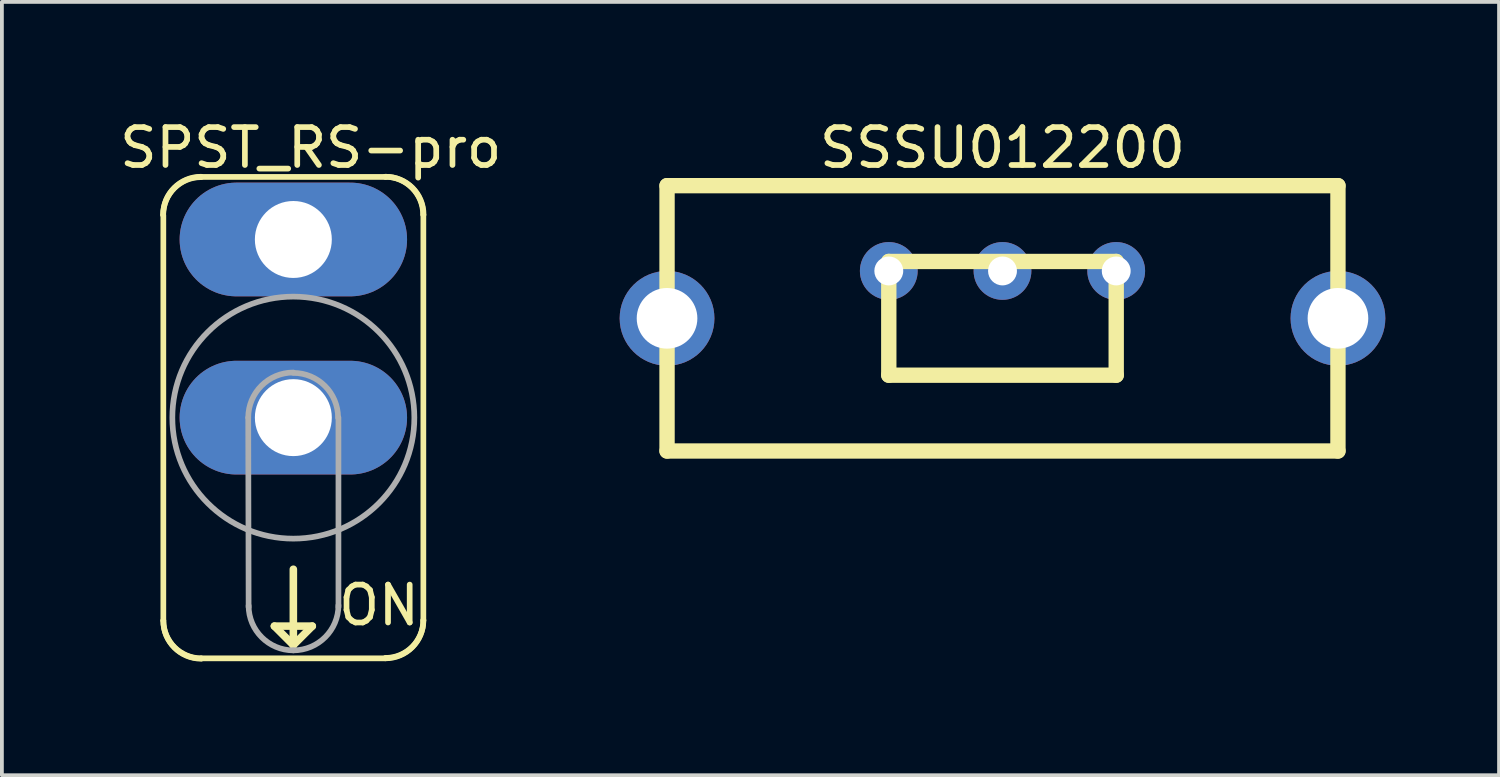
<source format=kicad_pcb>
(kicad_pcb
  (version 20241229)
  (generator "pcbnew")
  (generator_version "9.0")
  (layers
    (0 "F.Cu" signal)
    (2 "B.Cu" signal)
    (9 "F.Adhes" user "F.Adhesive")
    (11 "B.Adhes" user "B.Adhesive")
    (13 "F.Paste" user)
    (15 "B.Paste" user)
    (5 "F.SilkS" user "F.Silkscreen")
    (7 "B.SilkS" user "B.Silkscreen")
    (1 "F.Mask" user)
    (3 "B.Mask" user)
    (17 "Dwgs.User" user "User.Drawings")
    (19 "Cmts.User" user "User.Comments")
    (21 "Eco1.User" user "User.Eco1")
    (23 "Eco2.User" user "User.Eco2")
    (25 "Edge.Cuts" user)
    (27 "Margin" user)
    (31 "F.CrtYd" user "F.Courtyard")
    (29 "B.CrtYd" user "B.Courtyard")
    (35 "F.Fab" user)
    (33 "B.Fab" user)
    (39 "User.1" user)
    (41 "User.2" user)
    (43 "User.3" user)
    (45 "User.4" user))
  (footprint "SPST_RS-pro"
    (layer "F.Cu")
    (at 4.689 7.968)
    (property "Reference" "SPST_RS-pro" (at 0.46 -7.12 0) (layer "F.SilkS") (effects (font (size 1 1) (thickness 0.15))))
    (attr through_hole)
    (fp_line (start -3.43 5.35) (end -3.43 -5.34) (stroke (width 0.15) (type solid)) (layer "F.SilkS"))
    (fp_line (start -2.43 -6.35) (end 2.43 -6.35) (stroke (width 0.15) (type solid)) (layer "F.SilkS"))
    (fp_line (start -0.5 5.5) (end 0 6) (stroke (width 0.2) (type solid)) (layer "F.SilkS"))
    (fp_line (start 0 4) (end 0 6) (stroke (width 0.2) (type solid)) (layer "F.SilkS"))
    (fp_line (start 0 6) (end 0.5 5.5) (stroke (width 0.2) (type solid)) (layer "F.SilkS"))
    (fp_line (start 0.5 5.5) (end -0.5 5.5) (stroke (width 0.2) (type solid)) (layer "F.SilkS"))
    (fp_line (start 2.43 6.35) (end -2.43 6.35) (stroke (width 0.15) (type solid)) (layer "F.SilkS"))
    (fp_line (start 3.43 -5.35) (end 3.43 5.35) (stroke (width 0.15) (type solid)) (layer "F.SilkS"))
    (fp_arc (start -3.435 -5.355) (mid -3.142107 -6.062107) (end -2.435 -6.355) (stroke (width 0.15) (type solid)) (layer "F.SilkS"))
    (fp_arc (start -3.435 -5.345) (mid -3.142107 -6.052107) (end -2.435 -6.345) (stroke (width 0.15) (type solid)) (layer "F.SilkS"))
    (fp_arc (start -2.43 6.35) (mid -3.137107 6.057107) (end -3.43 5.35) (stroke (width 0.15) (type solid)) (layer "F.SilkS"))
    (fp_arc (start -2.43 6.36) (mid -3.137107 6.067107) (end -3.43 5.36) (stroke (width 0.15) (type solid)) (layer "F.SilkS"))
    (fp_arc (start 2.425 -6.355) (mid 3.132107 -6.062107) (end 3.425 -5.355) (stroke (width 0.15) (type solid)) (layer "F.SilkS"))
    (fp_arc (start 2.435 -6.355) (mid 3.142107 -6.062107) (end 3.435 -5.355) (stroke (width 0.15) (type solid)) (layer "F.SilkS"))
    (fp_arc (start 3.43 5.34) (mid 3.137107 6.047107) (end 2.43 6.34) (stroke (width 0.15) (type solid)) (layer "F.SilkS"))
    (fp_arc (start 3.43 5.35) (mid 3.137107 6.057107) (end 2.43 6.35) (stroke (width 0.15) (type solid)) (layer "F.SilkS"))
    (fp_line (start -1.19 0) (end -1.18 5) (stroke (width 0.15) (type solid)) (layer "F.Fab"))
    (fp_line (start 1.19 0) (end 1.19 5) (stroke (width 0.15) (type solid)) (layer "F.Fab"))
    (fp_arc (start -1.19 0) (mid -0.841457 -0.841457) (end 0 -1.19) (stroke (width 0.15) (type solid)) (layer "F.Fab"))
    (fp_arc (start 0 -1.18) (mid 0.834386 -0.834386) (end 1.18 0) (stroke (width 0.15) (type solid)) (layer "F.Fab"))
    (fp_arc (start 0 6.14) (mid -0.834386 5.794386) (end -1.18 4.96) (stroke (width 0.15) (type solid)) (layer "F.Fab"))
    (fp_arc (start 1.19 4.95) (mid 0.841457 5.791457) (end 0 6.14) (stroke (width 0.15) (type solid)) (layer "F.Fab"))
    (fp_circle (center 0 0) (end 0.12 3.19) (stroke (width 0.15) (type solid)) (fill no) (layer "F.Fab"))
    (fp_text user "ON" (at 2.26 4.95 0) (layer "F.SilkS") (effects (font (size 1 1) (thickness 0.15))))
    (pad "1" thru_hole oval (at 0 0) (size 6 3) (drill 2.03) (layers "*.Cu" "*.Mask"))
    (pad "2" thru_hole oval (at 0 -4.7) (size 6 3) (drill 2.03) (layers "*.Cu" "*.Mask")))
  (footprint "SSSU012200"
    (layer "F.Cu")
    (at 23.398 5.348)
    (property "Reference" "SSSU012200" (at 0 -4.5 0) (layer "F.SilkS") (effects (font (size 1 1) (thickness 0.15))))
    (attr through_hole)
    (fp_line (start -8.85 -3.5) (end -8.85 3.5) (stroke (width 0.405) (type solid)) (layer "F.SilkS"))
    (fp_line (start -8.85 3.5) (end 8.85 3.5) (stroke (width 0.405) (type solid)) (layer "F.SilkS"))
    (fp_line (start -3 -1.5) (end -3 1.5) (stroke (width 0.405) (type solid)) (layer "F.SilkS"))
    (fp_line (start -3 1.5) (end 3 1.5) (stroke (width 0.405) (type solid)) (layer "F.SilkS"))
    (fp_line (start 3 -1.5) (end -3 -1.5) (stroke (width 0.405) (type solid)) (layer "F.SilkS"))
    (fp_line (start 3 1.5) (end 3 -1.5) (stroke (width 0.405) (type solid)) (layer "F.SilkS"))
    (fp_line (start 8.85 -3.5) (end -8.85 -3.5) (stroke (width 0.405) (type solid)) (layer "F.SilkS"))
    (fp_line (start 8.85 0) (end 8.85 -3.5) (stroke (width 0.405) (type solid)) (layer "F.SilkS"))
    (fp_line (start 8.85 3.5) (end 8.85 0) (stroke (width 0.405) (type solid)) (layer "F.SilkS"))
    (pad "" thru_hole circle (at -8.85 0) (size 2.5 2.5) (drill 1.6) (layers "*.Cu" "*.Mask"))
    (pad "" thru_hole circle (at 8.85 0) (size 2.5 2.5) (drill 1.6) (layers "*.Cu" "*.Mask"))
    (pad "1" thru_hole circle (at -3 -1.25) (size 1.524 1.524) (drill 0.762) (layers "*.Cu" "*.Mask"))
    (pad "2" thru_hole circle (at 0 -1.25) (size 1.524 1.524) (drill 0.762) (layers "*.Cu" "*.Mask"))
    (pad "3" thru_hole circle (at 3 -1.25) (size 1.524 1.524) (drill 0.762) (layers "*.Cu" "*.Mask")))
  (gr_rect
    (start -3 -3)
    (end 36.498 17.403)
    (stroke (width 0.1) (type default))
    (fill no)
    (layer "Edge.Cuts")))
</source>
